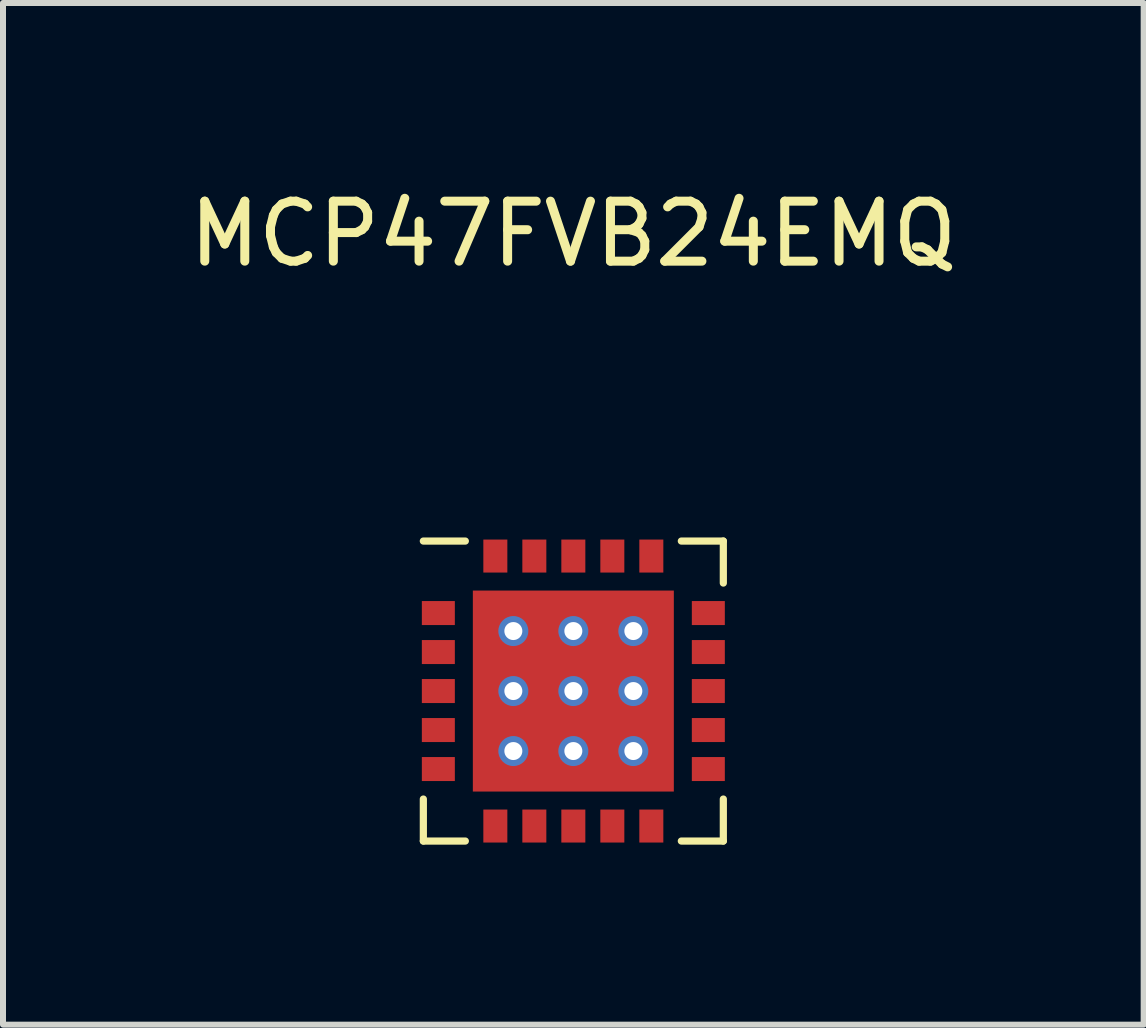
<source format=kicad_pcb>
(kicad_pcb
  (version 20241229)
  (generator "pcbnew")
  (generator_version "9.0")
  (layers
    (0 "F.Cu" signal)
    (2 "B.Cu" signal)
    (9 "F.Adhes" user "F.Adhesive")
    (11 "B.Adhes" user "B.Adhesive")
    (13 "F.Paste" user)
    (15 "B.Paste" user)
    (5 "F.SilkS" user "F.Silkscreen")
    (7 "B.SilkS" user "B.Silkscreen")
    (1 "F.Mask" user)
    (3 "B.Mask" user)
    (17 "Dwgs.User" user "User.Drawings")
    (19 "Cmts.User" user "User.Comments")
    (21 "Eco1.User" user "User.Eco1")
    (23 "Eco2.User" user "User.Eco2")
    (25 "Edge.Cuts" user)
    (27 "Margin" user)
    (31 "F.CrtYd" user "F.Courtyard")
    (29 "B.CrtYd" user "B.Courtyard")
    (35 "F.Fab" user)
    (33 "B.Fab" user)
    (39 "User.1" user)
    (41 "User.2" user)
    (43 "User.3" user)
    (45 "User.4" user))
  (footprint "MCP47FVB24EMQ"
    (layer "F.Cu")
    (at 6.506 8.468)
    (property "Reference" "MCP47FVB24EMQ" (at 0 -7.62 0) (unlocked yes) (layer "F.SilkS") (effects (font (size 1 1) (thickness 0.15))))
    (attr smd)
    (fp_line (start -2.5 1.8) (end -2.5 2.5) (stroke (width 0.12) (type solid)) (layer "F.SilkS"))
    (fp_line (start -1.8 -2.5) (end -2.5 -2.5) (stroke (width 0.12) (type solid)) (layer "F.SilkS"))
    (fp_line (start -1.8 2.5) (end -2.5 2.5) (stroke (width 0.12) (type solid)) (layer "F.SilkS"))
    (fp_line (start 1.8 -2.5) (end 2.5 -2.5) (stroke (width 0.12) (type solid)) (layer "F.SilkS"))
    (fp_line (start 1.8 2.5) (end 2.5 2.5) (stroke (width 0.12) (type solid)) (layer "F.SilkS"))
    (fp_line (start 2.5 -1.8) (end 2.5 -2.5) (stroke (width 0.12) (type solid)) (layer "F.SilkS"))
    (fp_line (start 2.5 1.8) (end 2.5 2.5) (stroke (width 0.12) (type solid)) (layer "F.SilkS"))
    (pad "1" smd rect (at -2.25 -1.3) (size 0.55 0.4) (layers "F.Cu" "F.Mask" "F.Paste"))
    (pad "2" smd rect (at -2.25 -0.65) (size 0.55 0.4) (layers "F.Cu" "F.Mask" "F.Paste"))
    (pad "3" smd rect (at -2.25 0) (size 0.55 0.4) (layers "F.Cu" "F.Mask" "F.Paste"))
    (pad "4" smd rect (at -2.25 0.65) (size 0.55 0.4) (layers "F.Cu" "F.Mask" "F.Paste"))
    (pad "5" smd rect (at -2.25 1.3) (size 0.55 0.4) (layers "F.Cu" "F.Mask" "F.Paste"))
    (pad "6" smd rect (at -1.3 2.25 90) (size 0.55 0.4) (layers "F.Cu" "F.Mask" "F.Paste"))
    (pad "7" smd rect (at -0.65 2.25 90) (size 0.55 0.4) (layers "F.Cu" "F.Mask" "F.Paste"))
    (pad "8" smd rect (at 0 2.25 90) (size 0.55 0.4) (layers "F.Cu" "F.Mask" "F.Paste"))
    (pad "9" smd rect (at 0.65 2.25 90) (size 0.55 0.4) (layers "F.Cu" "F.Mask" "F.Paste"))
    (pad "10" smd rect (at 1.3 2.25 90) (size 0.55 0.4) (layers "F.Cu" "F.Mask" "F.Paste"))
    (pad "11" smd rect (at 2.25 1.3) (size 0.55 0.4) (layers "F.Cu" "F.Mask" "F.Paste"))
    (pad "12" smd rect (at 2.25 0.65) (size 0.55 0.4) (layers "F.Cu" "F.Mask" "F.Paste"))
    (pad "13" smd rect (at 2.25 0) (size 0.55 0.4) (layers "F.Cu" "F.Mask" "F.Paste"))
    (pad "14" smd rect (at 2.25 -0.65) (size 0.55 0.4) (layers "F.Cu" "F.Mask" "F.Paste"))
    (pad "15" smd rect (at 2.25 -1.3) (size 0.55 0.4) (layers "F.Cu" "F.Mask" "F.Paste"))
    (pad "16" smd rect (at 1.3 -2.25 90) (size 0.55 0.4) (layers "F.Cu" "F.Mask" "F.Paste"))
    (pad "17" smd rect (at 0.65 -2.25 90) (size 0.55 0.4) (layers "F.Cu" "F.Mask" "F.Paste"))
    (pad "18" smd rect (at 0 -2.25 90) (size 0.55 0.4) (layers "F.Cu" "F.Mask" "F.Paste"))
    (pad "19" smd rect (at -0.65 -2.25 90) (size 0.55 0.4) (layers "F.Cu" "F.Mask" "F.Paste"))
    (pad "20" smd rect (at -1.3 -2.25 90) (size 0.55 0.4) (layers "F.Cu" "F.Mask" "F.Paste"))
    (pad "21" thru_hole circle (at -1 -1) (size 0.5 0.5) (drill 0.3) (layers "*.Cu" "*.Mask"))
    (pad "21" thru_hole circle (at -1 0) (size 0.5 0.5) (drill 0.3) (layers "*.Cu" "*.Mask"))
    (pad "21" thru_hole circle (at -1 1) (size 0.5 0.5) (drill 0.3) (layers "*.Cu" "*.Mask"))
    (pad "21" thru_hole circle (at 0 -1) (size 0.5 0.5) (drill 0.3) (layers "*.Cu" "*.Mask"))
    (pad "21" thru_hole circle (at 0 0) (size 0.5 0.5) (drill 0.3) (layers "*.Cu" "*.Mask"))
    (pad "21" smd rect (at 0 0) (size 3.35 3.35) (layers "F.Cu" "F.Mask" "F.Paste"))
    (pad "21" thru_hole circle (at 0 1) (size 0.5 0.5) (drill 0.3) (layers "*.Cu" "*.Mask"))
    (pad "21" thru_hole circle (at 1 -1) (size 0.5 0.5) (drill 0.3) (layers "*.Cu" "*.Mask"))
    (pad "21" thru_hole circle (at 1 0) (size 0.5 0.5) (drill 0.3) (layers "*.Cu" "*.Mask"))
    (pad "21" thru_hole circle (at 1 1) (size 0.5 0.5) (drill 0.3) (layers "*.Cu" "*.Mask")))
  (gr_rect
    (start -3 -3)
    (end 16.012 14.028)
    (stroke (width 0.1) (type default))
    (fill no)
    (layer "Edge.Cuts")))
</source>
